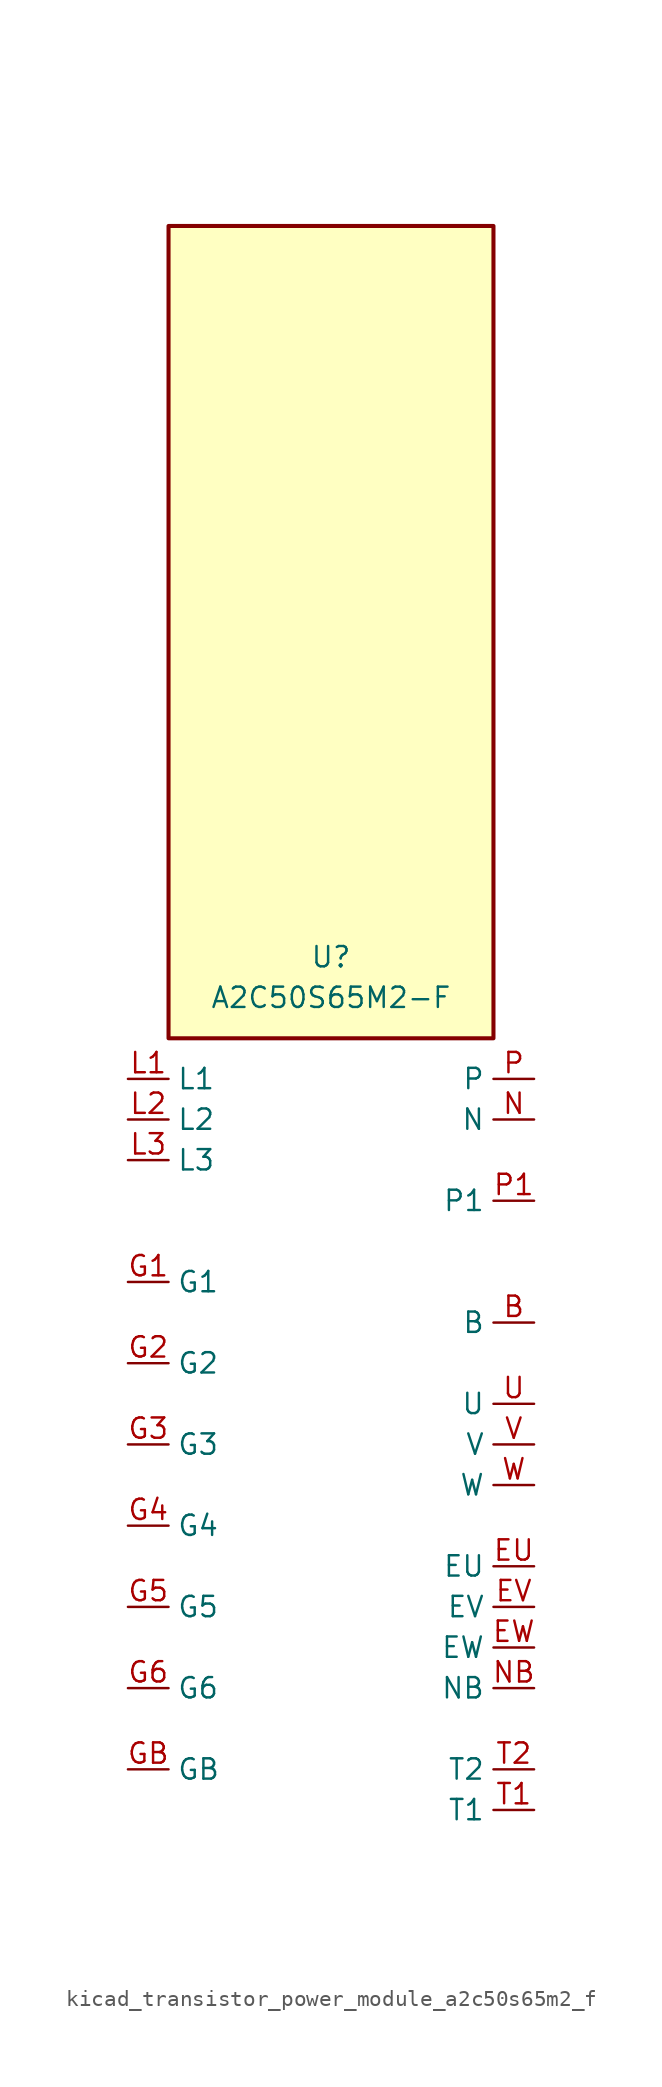
<source format=kicad_sym>
(kicad_symbol_lib
  (version 20220914)
  (generator kicad_symbol_editor)
  (symbol "kicad_transistor_power_module_a2c50s65m2_f"
    (property "Reference" "U"
      (at 0 30.48 0)
      (effects (font (size 1.27 1.27))))
    (property "Value" "A2C50S65M2-F"
      (at 0 27.94 0)
      (effects (font (size 1.27 1.27))))
    (symbol "kicad_transistor_power_module_a2c50s65m2_f_1_1"
      (rectangle (start 10.16 76.2) (end -10.16 25.4) (stroke (width 0.254) (type default)) (fill (type background)))
      (pin passive line (at 12.7 7.62 180) (length 2.54) (name "B" (effects (font (size 1.27 1.27)))) (number "B" (effects (font (size 1.27 1.27)))))
      (pin passive line (at 12.7 -7.62 180) (length 2.54) (name "EU" (effects (font (size 1.27 1.27)))) (number "EU" (effects (font (size 1.27 1.27)))))
      (pin passive line (at 12.7 -10.16 180) (length 2.54) (name "EV" (effects (font (size 1.27 1.27)))) (number "EV" (effects (font (size 1.27 1.27)))))
      (pin passive line (at 12.7 -12.7 180) (length 2.54) (name "EW" (effects (font (size 1.27 1.27)))) (number "EW" (effects (font (size 1.27 1.27)))))
      (pin passive line (at -12.7 10.16 0) (length 2.54) (name "G1" (effects (font (size 1.27 1.27)))) (number "G1" (effects (font (size 1.27 1.27)))))
      (pin passive line (at -12.7 5.08 0) (length 2.54) (name "G2" (effects (font (size 1.27 1.27)))) (number "G2" (effects (font (size 1.27 1.27)))))
      (pin passive line (at -12.7 0 0) (length 2.54) (name "G3" (effects (font (size 1.27 1.27)))) (number "G3" (effects (font (size 1.27 1.27)))))
      (pin passive line (at -12.7 -5.08 0) (length 2.54) (name "G4" (effects (font (size 1.27 1.27)))) (number "G4" (effects (font (size 1.27 1.27)))))
      (pin passive line (at -12.7 -10.16 0) (length 2.54) (name "G5" (effects (font (size 1.27 1.27)))) (number "G5" (effects (font (size 1.27 1.27)))))
      (pin passive line (at -12.7 -15.24 0) (length 2.54) (name "G6" (effects (font (size 1.27 1.27)))) (number "G6" (effects (font (size 1.27 1.27)))))
      (pin passive line (at -12.7 -20.32 0) (length 2.54) (name "GB" (effects (font (size 1.27 1.27)))) (number "GB" (effects (font (size 1.27 1.27)))))
      (pin passive line (at -12.7 22.86 0) (length 2.54) (name "L1" (effects (font (size 1.27 1.27)))) (number "L1" (effects (font (size 1.27 1.27)))))
      (pin passive line (at -12.7 20.32 0) (length 2.54) (name "L2" (effects (font (size 1.27 1.27)))) (number "L2" (effects (font (size 1.27 1.27)))))
      (pin passive line (at -12.7 17.78 0) (length 2.54) (name "L3" (effects (font (size 1.27 1.27)))) (number "L3" (effects (font (size 1.27 1.27)))))
      (pin passive line (at 12.7 20.32 180) (length 2.54) (name "N" (effects (font (size 1.27 1.27)))) (number "N" (effects (font (size 1.27 1.27)))))
      (pin passive line (at 12.7 -15.24 180) (length 2.54) (name "NB" (effects (font (size 1.27 1.27)))) (number "NB" (effects (font (size 1.27 1.27)))))
      (pin passive line (at 12.7 22.86 180) (length 2.54) (name "P" (effects (font (size 1.27 1.27)))) (number "P" (effects (font (size 1.27 1.27)))))
      (pin passive line (at 12.7 15.24 180) (length 2.54) (name "P1" (effects (font (size 1.27 1.27)))) (number "P1" (effects (font (size 1.27 1.27)))))
      (pin passive line (at 12.7 -22.86 180) (length 2.54) (name "T1" (effects (font (size 1.27 1.27)))) (number "T1" (effects (font (size 1.27 1.27)))))
      (pin passive line (at 12.7 -20.32 180) (length 2.54) (name "T2" (effects (font (size 1.27 1.27)))) (number "T2" (effects (font (size 1.27 1.27)))))
      (pin passive line (at 12.7 2.54 180) (length 2.54) (name "U" (effects (font (size 1.27 1.27)))) (number "U" (effects (font (size 1.27 1.27)))))
      (pin passive line (at 12.7 0 180) (length 2.54) (name "V" (effects (font (size 1.27 1.27)))) (number "V" (effects (font (size 1.27 1.27)))))
      (pin passive line (at 12.7 -2.54 180) (length 2.54) (name "W" (effects (font (size 1.27 1.27)))) (number "W" (effects (font (size 1.27 1.27))))))))
</source>
